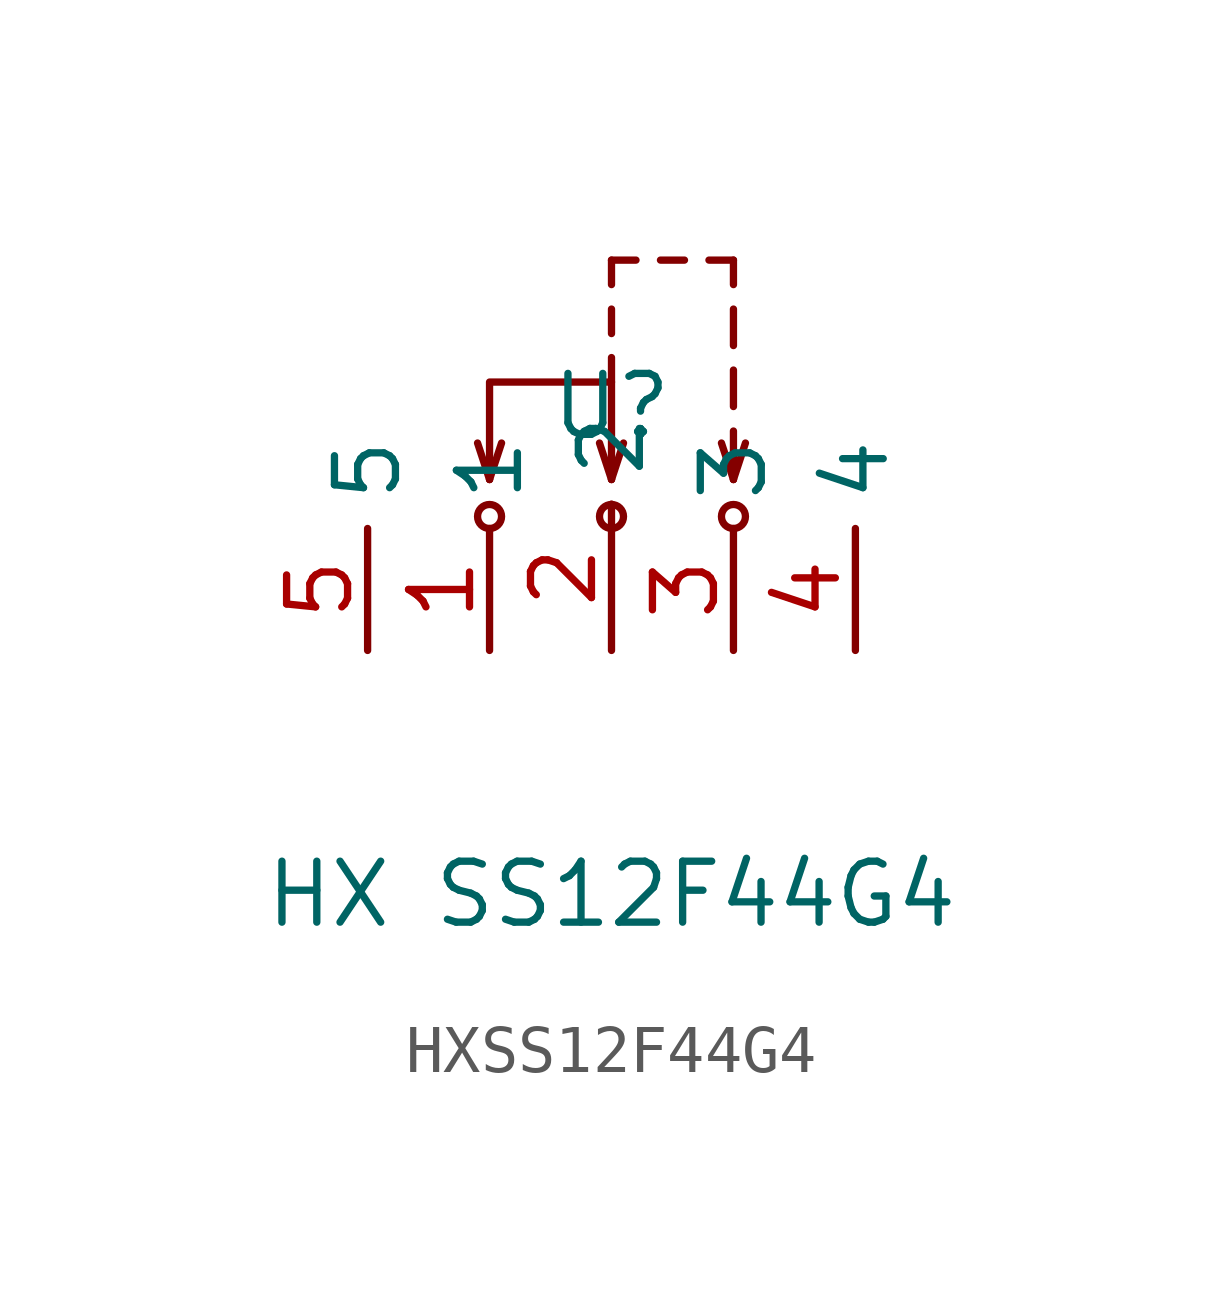
<source format=kicad_sym>
(kicad_symbol_lib
  (version 20211014)
  (generator https://github.com/uPesy/easyeda2kicad.py)
  (symbol "HXSS12F44G4"
    (property "Reference" "U"
      (at 0 2.54 0)
      (effects (font (size 1.27 1.27))))
    (property "Value" "HX SS12F44G4"
      (at 0 -7.62 0)
      (effects (font (size 1.27 1.27))))
    (symbol "HXSS12F44G4_0_1"
      (circle (center -2.54 0.25) (radius 0.25) (stroke (width 0) (type default) (color 0 0 0 0)) (fill (type none)))
      (circle (center 0.00 0.25) (radius 0.25) (stroke (width 0) (type default) (color 0 0 0 0)) (fill (type none)))
      (circle (center 2.54 0.25) (radius 0.25) (stroke (width 0) (type default) (color 0 0 0 0)) (fill (type none)))
      (polyline (pts (xy -2.54 1.02) (xy -2.54 3.05) (xy 0.00 3.05) (xy 0.00 1.02)) (stroke (width 0) (type default) (color 0 0 0 0)) (fill (type none)))
      (polyline (pts (xy 0.00 3.05) (xy 0.00 3.56)) (stroke (width 0) (type default) (color 0 0 0 0)) (fill (type none)))
      (polyline (pts (xy 0.00 4.06) (xy 0.00 4.57)) (stroke (width 0) (type default) (color 0 0 0 0)) (fill (type none)))
      (polyline (pts (xy 0.00 5.08) (xy 0.00 5.59)) (stroke (width 0) (type default) (color 0 0 0 0)) (fill (type none)))
      (polyline (pts (xy 0.00 5.59) (xy 0.51 5.59)) (stroke (width 0) (type default) (color 0 0 0 0)) (fill (type none)))
      (polyline (pts (xy 1.02 5.59) (xy 1.52 5.59)) (stroke (width 0) (type default) (color 0 0 0 0)) (fill (type none)))
      (polyline (pts (xy 2.03 5.59) (xy 2.54 5.59)) (stroke (width 0) (type default) (color 0 0 0 0)) (fill (type none)))
      (polyline (pts (xy 2.54 5.59) (xy 2.54 5.08)) (stroke (width 0) (type default) (color 0 0 0 0)) (fill (type none)))
      (polyline (pts (xy 2.54 4.57) (xy 2.54 3.81)) (stroke (width 0) (type default) (color 0 0 0 0)) (fill (type none)))
      (polyline (pts (xy 2.54 3.30) (xy 2.54 2.54)) (stroke (width 0) (type default) (color 0 0 0 0)) (fill (type none)))
      (polyline (pts (xy 2.54 2.03) (xy 2.54 1.27)) (stroke (width 0) (type default) (color 0 0 0 0)) (fill (type none)))
      (polyline (pts (xy 2.54 1.27) (xy 2.54 1.02)) (stroke (width 0) (type default) (color 0 0 0 0)) (fill (type none)))
      (polyline (pts (xy -2.54 1.02) (xy -2.79 1.78)) (stroke (width 0) (type default) (color 0 0 0 0)) (fill (type none)))
      (polyline (pts (xy -2.54 1.02) (xy -2.29 1.78)) (stroke (width 0) (type default) (color 0 0 0 0)) (fill (type none)))
      (polyline (pts (xy 0.00 1.02) (xy 0.25 1.78)) (stroke (width 0) (type default) (color 0 0 0 0)) (fill (type none)))
      (polyline (pts (xy 0.00 1.02) (xy -0.25 1.78)) (stroke (width 0) (type default) (color 0 0 0 0)) (fill (type none)))
      (polyline (pts (xy 2.54 1.02) (xy 2.79 1.78)) (stroke (width 0) (type default) (color 0 0 0 0)) (fill (type none)))
      (polyline (pts (xy 2.54 1.02) (xy 2.29 1.78)) (stroke (width 0) (type default) (color 0 0 0 0)) (fill (type none)))
      (pin unspecified line (at -2.54 -2.54 90) (length 2.54) (name "1" (effects (font (size 1.27 1.27)))) (number "1" (effects (font (size 1.27 1.27)))))
      (pin unspecified line (at 0.00 -2.54 90) (length 3.048) (name "2" (effects (font (size 1.27 1.27)))) (number "2" (effects (font (size 1.27 1.27)))))
      (pin unspecified line (at 2.54 -2.54 90) (length 2.54) (name "3" (effects (font (size 1.27 1.27)))) (number "3" (effects (font (size 1.27 1.27)))))
      (pin unspecified line (at 5.08 -2.54 90) (length 2.54) (name "4" (effects (font (size 1.27 1.27)))) (number "4" (effects (font (size 1.27 1.27)))))
      (pin unspecified line (at -5.08 -2.54 90) (length 2.54) (name "5" (effects (font (size 1.27 1.27)))) (number "5" (effects (font (size 1.27 1.27))))))))
</source>
